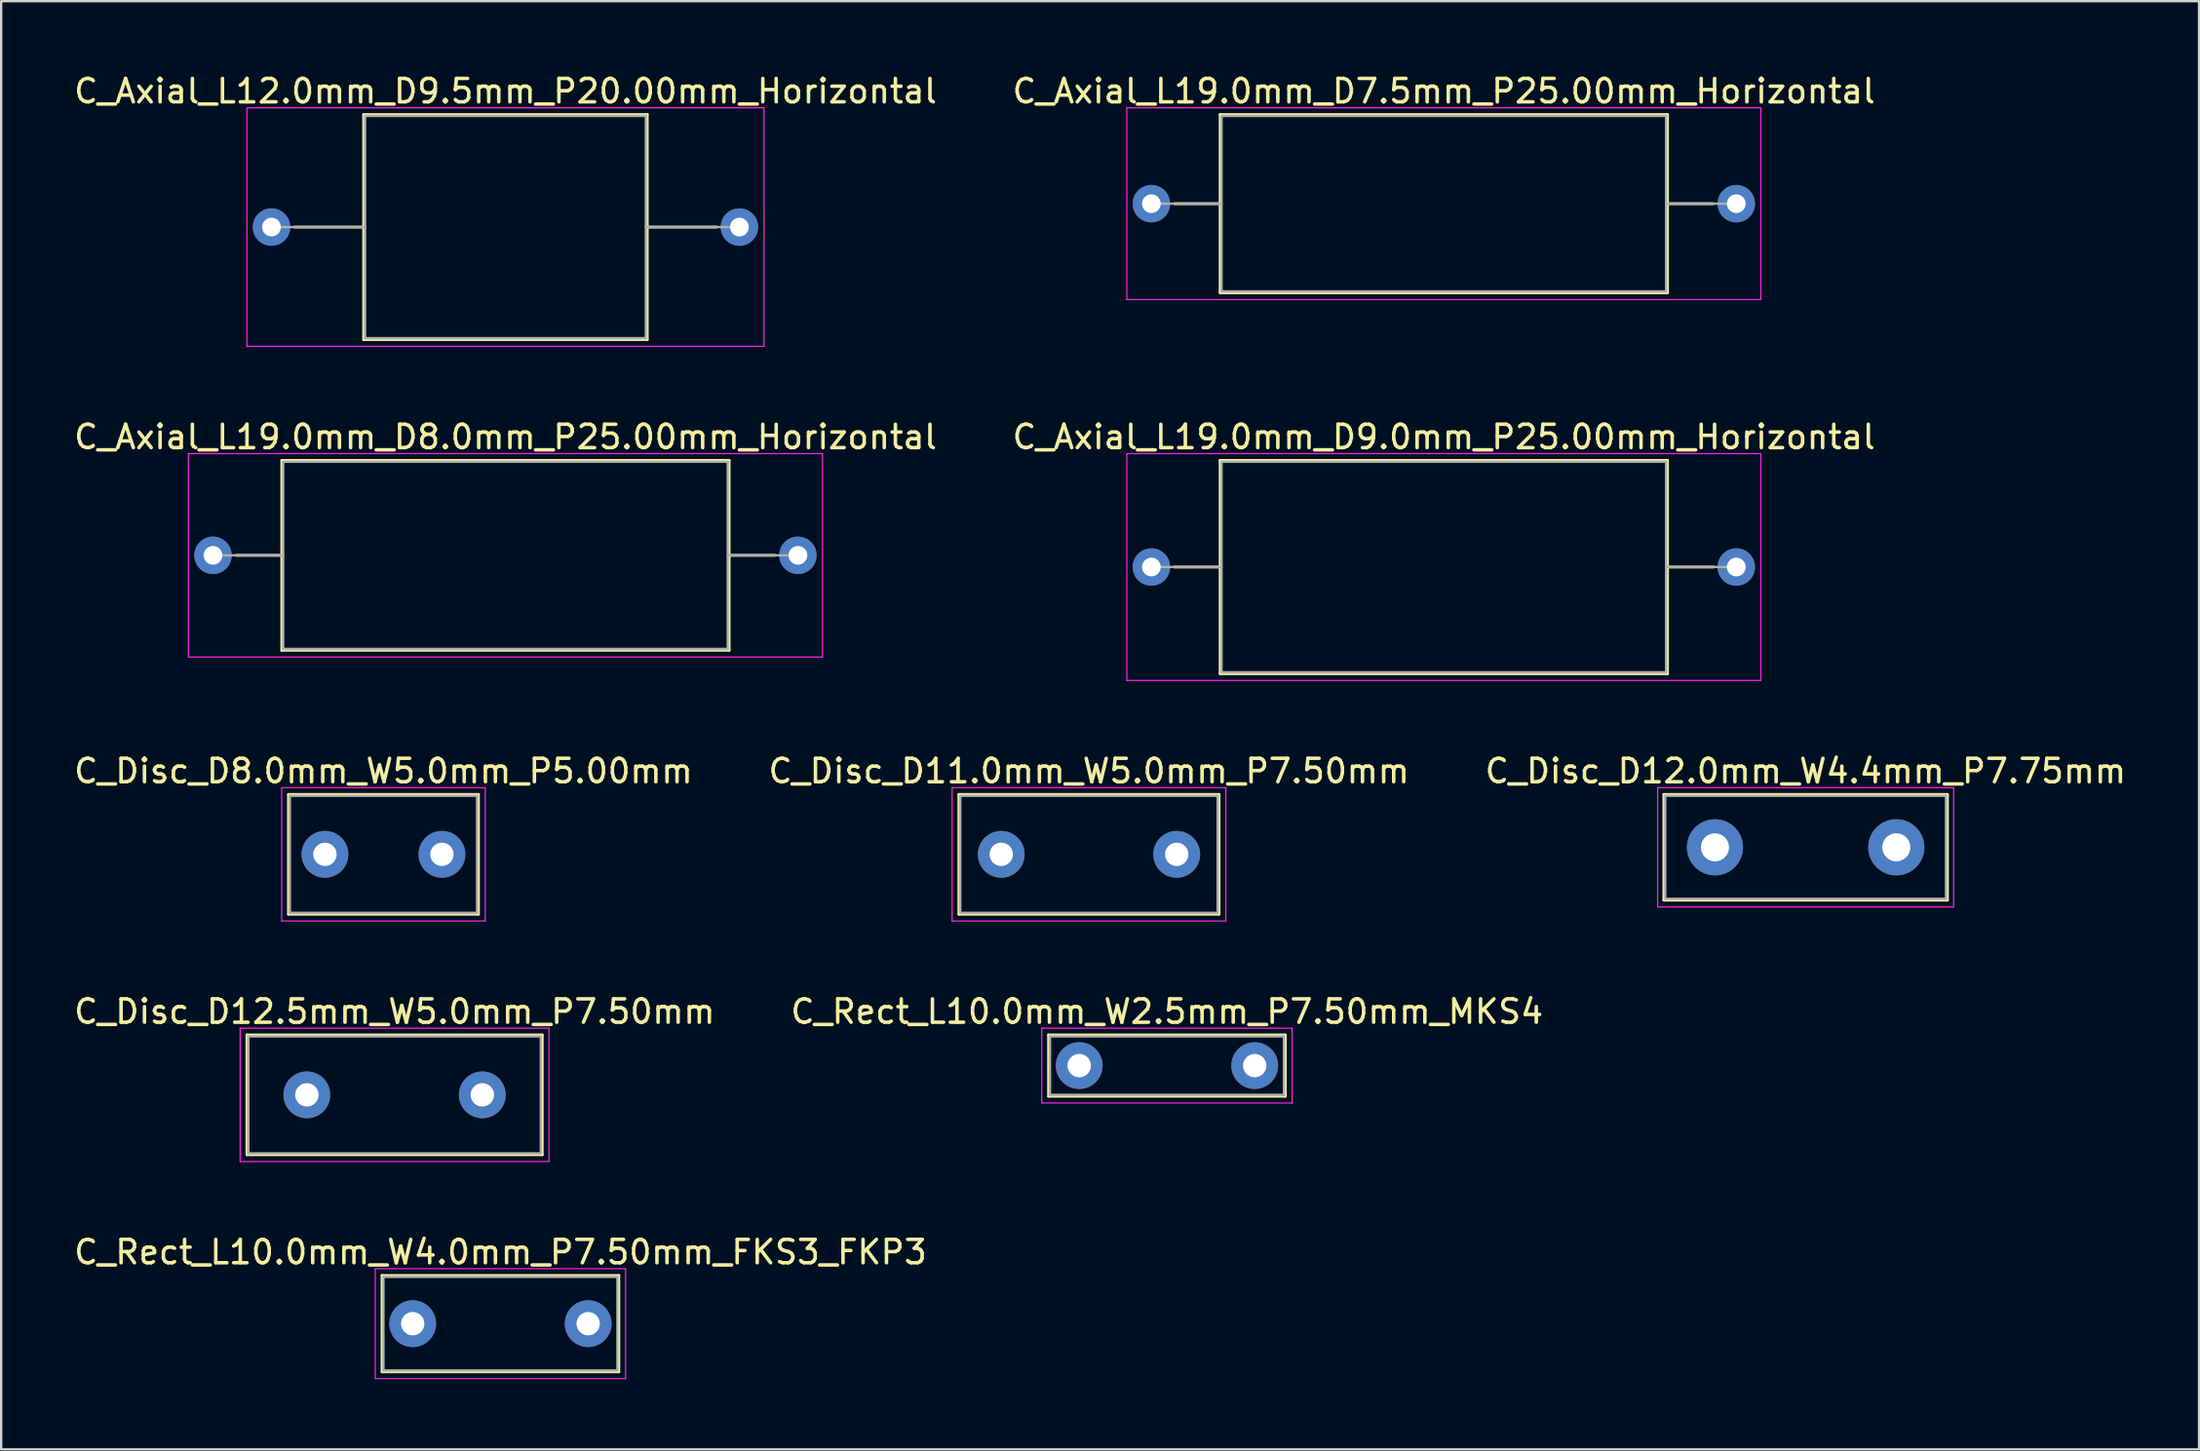
<source format=kicad_pcb>
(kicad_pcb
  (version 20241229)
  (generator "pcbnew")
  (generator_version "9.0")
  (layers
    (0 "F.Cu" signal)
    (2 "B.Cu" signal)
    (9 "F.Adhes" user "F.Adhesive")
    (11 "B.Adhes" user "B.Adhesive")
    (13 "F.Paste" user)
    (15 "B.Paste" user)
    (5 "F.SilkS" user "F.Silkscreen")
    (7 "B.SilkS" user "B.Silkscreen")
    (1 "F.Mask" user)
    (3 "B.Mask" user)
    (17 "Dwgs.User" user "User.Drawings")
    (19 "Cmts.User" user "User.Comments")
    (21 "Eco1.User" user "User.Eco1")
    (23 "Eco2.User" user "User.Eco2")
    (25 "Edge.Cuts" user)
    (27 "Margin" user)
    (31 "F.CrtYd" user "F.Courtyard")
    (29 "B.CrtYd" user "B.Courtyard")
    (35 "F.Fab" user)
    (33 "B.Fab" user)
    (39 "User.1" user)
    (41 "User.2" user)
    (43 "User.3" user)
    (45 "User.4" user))
  (footprint "C_Axial_L12.0mm_D9.5mm_P20.00mm_Horizontal"
    (layer "F.Cu")
    (at 8.554 6.658)
    (property "Reference" "C_Axial_L12.0mm_D9.5mm_P20.00mm_Horizontal" (at 10 -5.81 0) (layer "F.SilkS") (effects (font (size 1 1) (thickness 0.15))))
    (attr through_hole)
    (fp_line (start 0.98 0) (end 3.94 0) (stroke (width 0.12) (type solid)) (layer "F.SilkS"))
    (fp_line (start 3.94 -4.81) (end 3.94 4.81) (stroke (width 0.12) (type solid)) (layer "F.SilkS"))
    (fp_line (start 3.94 4.81) (end 16.06 4.81) (stroke (width 0.12) (type solid)) (layer "F.SilkS"))
    (fp_line (start 16.06 -4.81) (end 3.94 -4.81) (stroke (width 0.12) (type solid)) (layer "F.SilkS"))
    (fp_line (start 16.06 4.81) (end 16.06 -4.81) (stroke (width 0.12) (type solid)) (layer "F.SilkS"))
    (fp_line (start 19.02 0) (end 16.06 0) (stroke (width 0.12) (type solid)) (layer "F.SilkS"))
    (fp_line (start -1.05 -5.1) (end -1.05 5.1) (stroke (width 0.05) (type solid)) (layer "F.CrtYd"))
    (fp_line (start -1.05 5.1) (end 21.05 5.1) (stroke (width 0.05) (type solid)) (layer "F.CrtYd"))
    (fp_line (start 21.05 -5.1) (end -1.05 -5.1) (stroke (width 0.05) (type solid)) (layer "F.CrtYd"))
    (fp_line (start 21.05 5.1) (end 21.05 -5.1) (stroke (width 0.05) (type solid)) (layer "F.CrtYd"))
    (fp_line (start 0 0) (end 4 0) (stroke (width 0.1) (type solid)) (layer "F.Fab"))
    (fp_line (start 4 -4.75) (end 4 4.75) (stroke (width 0.1) (type solid)) (layer "F.Fab"))
    (fp_line (start 4 4.75) (end 16 4.75) (stroke (width 0.1) (type solid)) (layer "F.Fab"))
    (fp_line (start 16 -4.75) (end 4 -4.75) (stroke (width 0.1) (type solid)) (layer "F.Fab"))
    (fp_line (start 16 4.75) (end 16 -4.75) (stroke (width 0.1) (type solid)) (layer "F.Fab"))
    (fp_line (start 20 0) (end 16 0) (stroke (width 0.1) (type solid)) (layer "F.Fab"))
    (pad "1" thru_hole circle (at 0 0) (size 1.6 1.6) (drill 0.8) (layers "*.Cu" "*.Mask"))
    (pad "2" thru_hole oval (at 20 0) (size 1.6 1.6) (drill 0.8) (layers "*.Cu" "*.Mask")))
  (footprint "C_Rect_L10.0mm_W4.0mm_P7.50mm_FKS3_FKP3"
    (layer "F.Cu")
    (at 14.589 53.541)
    (property "Reference" "C_Rect_L10.0mm_W4.0mm_P7.50mm_FKS3_FKP3" (at 3.75 -3.06 0) (layer "F.SilkS") (effects (font (size 1 1) (thickness 0.15))))
    (attr through_hole)
    (fp_line (start -1.31 -2.06) (end -1.31 2.06) (stroke (width 0.12) (type solid)) (layer "F.SilkS"))
    (fp_line (start -1.31 -2.06) (end 8.81 -2.06) (stroke (width 0.12) (type solid)) (layer "F.SilkS"))
    (fp_line (start -1.31 2.06) (end 8.81 2.06) (stroke (width 0.12) (type solid)) (layer "F.SilkS"))
    (fp_line (start 8.81 -2.06) (end 8.81 2.06) (stroke (width 0.12) (type solid)) (layer "F.SilkS"))
    (fp_line (start -1.6 -2.35) (end -1.6 2.35) (stroke (width 0.05) (type solid)) (layer "F.CrtYd"))
    (fp_line (start -1.6 2.35) (end 9.1 2.35) (stroke (width 0.05) (type solid)) (layer "F.CrtYd"))
    (fp_line (start 9.1 -2.35) (end -1.6 -2.35) (stroke (width 0.05) (type solid)) (layer "F.CrtYd"))
    (fp_line (start 9.1 2.35) (end 9.1 -2.35) (stroke (width 0.05) (type solid)) (layer "F.CrtYd"))
    (fp_line (start -1.25 -2) (end -1.25 2) (stroke (width 0.1) (type solid)) (layer "F.Fab"))
    (fp_line (start -1.25 2) (end 8.75 2) (stroke (width 0.1) (type solid)) (layer "F.Fab"))
    (fp_line (start 8.75 -2) (end -1.25 -2) (stroke (width 0.1) (type solid)) (layer "F.Fab"))
    (fp_line (start 8.75 2) (end 8.75 -2) (stroke (width 0.1) (type solid)) (layer "F.Fab"))
    (pad "1" thru_hole circle (at 0 0) (size 2 2) (drill 1) (layers "*.Cu" "*.Mask"))
    (pad "2" thru_hole circle (at 7.5 0) (size 2 2) (drill 1) (layers "*.Cu" "*.Mask")))
  (footprint "C_Disc_D12.5mm_W5.0mm_P7.50mm"
    (layer "F.Cu")
    (at 10.065 43.758)
    (property "Reference" "C_Disc_D12.5mm_W5.0mm_P7.50mm" (at 3.75 -3.56 0) (layer "F.SilkS") (effects (font (size 1 1) (thickness 0.15))))
    (attr through_hole)
    (fp_line (start -2.56 -2.56) (end -2.56 2.56) (stroke (width 0.12) (type solid)) (layer "F.SilkS"))
    (fp_line (start -2.56 -2.56) (end 10.06 -2.56) (stroke (width 0.12) (type solid)) (layer "F.SilkS"))
    (fp_line (start -2.56 2.56) (end 10.06 2.56) (stroke (width 0.12) (type solid)) (layer "F.SilkS"))
    (fp_line (start 10.06 -2.56) (end 10.06 2.56) (stroke (width 0.12) (type solid)) (layer "F.SilkS"))
    (fp_line (start -2.85 -2.85) (end -2.85 2.85) (stroke (width 0.05) (type solid)) (layer "F.CrtYd"))
    (fp_line (start -2.85 2.85) (end 10.35 2.85) (stroke (width 0.05) (type solid)) (layer "F.CrtYd"))
    (fp_line (start 10.35 -2.85) (end -2.85 -2.85) (stroke (width 0.05) (type solid)) (layer "F.CrtYd"))
    (fp_line (start 10.35 2.85) (end 10.35 -2.85) (stroke (width 0.05) (type solid)) (layer "F.CrtYd"))
    (fp_line (start -2.5 -2.5) (end -2.5 2.5) (stroke (width 0.1) (type solid)) (layer "F.Fab"))
    (fp_line (start -2.5 2.5) (end 10 2.5) (stroke (width 0.1) (type solid)) (layer "F.Fab"))
    (fp_line (start 10 -2.5) (end -2.5 -2.5) (stroke (width 0.1) (type solid)) (layer "F.Fab"))
    (fp_line (start 10 2.5) (end 10 -2.5) (stroke (width 0.1) (type solid)) (layer "F.Fab"))
    (pad "1" thru_hole circle (at 0 0) (size 2 2) (drill 1) (layers "*.Cu" "*.Mask"))
    (pad "2" thru_hole circle (at 7.5 0) (size 2 2) (drill 1) (layers "*.Cu" "*.Mask")))
  (footprint "C_Axial_L19.0mm_D7.5mm_P25.00mm_Horizontal"
    (layer "F.Cu")
    (at 46.161 5.658)
    (property "Reference" "C_Axial_L19.0mm_D7.5mm_P25.00mm_Horizontal" (at 12.5 -4.81 0) (layer "F.SilkS") (effects (font (size 1 1) (thickness 0.15))))
    (attr through_hole)
    (fp_line (start 0.98 0) (end 2.94 0) (stroke (width 0.12) (type solid)) (layer "F.SilkS"))
    (fp_line (start 2.94 -3.81) (end 2.94 3.81) (stroke (width 0.12) (type solid)) (layer "F.SilkS"))
    (fp_line (start 2.94 3.81) (end 22.06 3.81) (stroke (width 0.12) (type solid)) (layer "F.SilkS"))
    (fp_line (start 22.06 -3.81) (end 2.94 -3.81) (stroke (width 0.12) (type solid)) (layer "F.SilkS"))
    (fp_line (start 22.06 3.81) (end 22.06 -3.81) (stroke (width 0.12) (type solid)) (layer "F.SilkS"))
    (fp_line (start 24.02 0) (end 22.06 0) (stroke (width 0.12) (type solid)) (layer "F.SilkS"))
    (fp_line (start -1.05 -4.1) (end -1.05 4.1) (stroke (width 0.05) (type solid)) (layer "F.CrtYd"))
    (fp_line (start -1.05 4.1) (end 26.05 4.1) (stroke (width 0.05) (type solid)) (layer "F.CrtYd"))
    (fp_line (start 26.05 -4.1) (end -1.05 -4.1) (stroke (width 0.05) (type solid)) (layer "F.CrtYd"))
    (fp_line (start 26.05 4.1) (end 26.05 -4.1) (stroke (width 0.05) (type solid)) (layer "F.CrtYd"))
    (fp_line (start 0 0) (end 3 0) (stroke (width 0.1) (type solid)) (layer "F.Fab"))
    (fp_line (start 3 -3.75) (end 3 3.75) (stroke (width 0.1) (type solid)) (layer "F.Fab"))
    (fp_line (start 3 3.75) (end 22 3.75) (stroke (width 0.1) (type solid)) (layer "F.Fab"))
    (fp_line (start 22 -3.75) (end 3 -3.75) (stroke (width 0.1) (type solid)) (layer "F.Fab"))
    (fp_line (start 22 3.75) (end 22 -3.75) (stroke (width 0.1) (type solid)) (layer "F.Fab"))
    (fp_line (start 25 0) (end 22 0) (stroke (width 0.1) (type solid)) (layer "F.Fab"))
    (pad "1" thru_hole circle (at 0 0) (size 1.6 1.6) (drill 0.8) (layers "*.Cu" "*.Mask"))
    (pad "2" thru_hole oval (at 25 0) (size 1.6 1.6) (drill 0.8) (layers "*.Cu" "*.Mask")))
  (footprint "C_Disc_D11.0mm_W5.0mm_P7.50mm"
    (layer "F.Cu")
    (at 39.744 33.475)
    (property "Reference" "C_Disc_D11.0mm_W5.0mm_P7.50mm" (at 3.75 -3.56 0) (layer "F.SilkS") (effects (font (size 1 1) (thickness 0.15))))
    (attr through_hole)
    (fp_line (start -1.81 -2.56) (end -1.81 2.56) (stroke (width 0.12) (type solid)) (layer "F.SilkS"))
    (fp_line (start -1.81 -2.56) (end 9.31 -2.56) (stroke (width 0.12) (type solid)) (layer "F.SilkS"))
    (fp_line (start -1.81 2.56) (end 9.31 2.56) (stroke (width 0.12) (type solid)) (layer "F.SilkS"))
    (fp_line (start 9.31 -2.56) (end 9.31 2.56) (stroke (width 0.12) (type solid)) (layer "F.SilkS"))
    (fp_line (start -2.1 -2.85) (end -2.1 2.85) (stroke (width 0.05) (type solid)) (layer "F.CrtYd"))
    (fp_line (start -2.1 2.85) (end 9.6 2.85) (stroke (width 0.05) (type solid)) (layer "F.CrtYd"))
    (fp_line (start 9.6 -2.85) (end -2.1 -2.85) (stroke (width 0.05) (type solid)) (layer "F.CrtYd"))
    (fp_line (start 9.6 2.85) (end 9.6 -2.85) (stroke (width 0.05) (type solid)) (layer "F.CrtYd"))
    (fp_line (start -1.75 -2.5) (end -1.75 2.5) (stroke (width 0.1) (type solid)) (layer "F.Fab"))
    (fp_line (start -1.75 2.5) (end 9.25 2.5) (stroke (width 0.1) (type solid)) (layer "F.Fab"))
    (fp_line (start 9.25 -2.5) (end -1.75 -2.5) (stroke (width 0.1) (type solid)) (layer "F.Fab"))
    (fp_line (start 9.25 2.5) (end 9.25 -2.5) (stroke (width 0.1) (type solid)) (layer "F.Fab"))
    (pad "1" thru_hole circle (at 0 0) (size 2 2) (drill 1) (layers "*.Cu" "*.Mask"))
    (pad "2" thru_hole circle (at 7.5 0) (size 2 2) (drill 1) (layers "*.Cu" "*.Mask")))
  (footprint "C_Axial_L19.0mm_D9.0mm_P25.00mm_Horizontal"
    (layer "F.Cu")
    (at 46.161 21.192)
    (property "Reference" "C_Axial_L19.0mm_D9.0mm_P25.00mm_Horizontal" (at 12.5 -5.56 0) (layer "F.SilkS") (effects (font (size 1 1) (thickness 0.15))))
    (attr through_hole)
    (fp_line (start 0.98 0) (end 2.94 0) (stroke (width 0.12) (type solid)) (layer "F.SilkS"))
    (fp_line (start 2.94 -4.56) (end 2.94 4.56) (stroke (width 0.12) (type solid)) (layer "F.SilkS"))
    (fp_line (start 2.94 4.56) (end 22.06 4.56) (stroke (width 0.12) (type solid)) (layer "F.SilkS"))
    (fp_line (start 22.06 -4.56) (end 2.94 -4.56) (stroke (width 0.12) (type solid)) (layer "F.SilkS"))
    (fp_line (start 22.06 4.56) (end 22.06 -4.56) (stroke (width 0.12) (type solid)) (layer "F.SilkS"))
    (fp_line (start 24.02 0) (end 22.06 0) (stroke (width 0.12) (type solid)) (layer "F.SilkS"))
    (fp_line (start -1.05 -4.85) (end -1.05 4.85) (stroke (width 0.05) (type solid)) (layer "F.CrtYd"))
    (fp_line (start -1.05 4.85) (end 26.05 4.85) (stroke (width 0.05) (type solid)) (layer "F.CrtYd"))
    (fp_line (start 26.05 -4.85) (end -1.05 -4.85) (stroke (width 0.05) (type solid)) (layer "F.CrtYd"))
    (fp_line (start 26.05 4.85) (end 26.05 -4.85) (stroke (width 0.05) (type solid)) (layer "F.CrtYd"))
    (fp_line (start 0 0) (end 3 0) (stroke (width 0.1) (type solid)) (layer "F.Fab"))
    (fp_line (start 3 -4.5) (end 3 4.5) (stroke (width 0.1) (type solid)) (layer "F.Fab"))
    (fp_line (start 3 4.5) (end 22 4.5) (stroke (width 0.1) (type solid)) (layer "F.Fab"))
    (fp_line (start 22 -4.5) (end 3 -4.5) (stroke (width 0.1) (type solid)) (layer "F.Fab"))
    (fp_line (start 22 4.5) (end 22 -4.5) (stroke (width 0.1) (type solid)) (layer "F.Fab"))
    (fp_line (start 25 0) (end 22 0) (stroke (width 0.1) (type solid)) (layer "F.Fab"))
    (pad "1" thru_hole circle (at 0 0) (size 1.6 1.6) (drill 0.8) (layers "*.Cu" "*.Mask"))
    (pad "2" thru_hole oval (at 25 0) (size 1.6 1.6) (drill 0.8) (layers "*.Cu" "*.Mask")))
  (footprint "C_Rect_L10.0mm_W2.5mm_P7.50mm_MKS4"
    (layer "F.Cu")
    (at 43.077 42.508)
    (property "Reference" "C_Rect_L10.0mm_W2.5mm_P7.50mm_MKS4" (at 3.75 -2.31 0) (layer "F.SilkS") (effects (font (size 1 1) (thickness 0.15))))
    (attr through_hole)
    (fp_line (start -1.31 -1.31) (end -1.31 1.31) (stroke (width 0.12) (type solid)) (layer "F.SilkS"))
    (fp_line (start -1.31 -1.31) (end 8.81 -1.31) (stroke (width 0.12) (type solid)) (layer "F.SilkS"))
    (fp_line (start -1.31 1.31) (end 8.81 1.31) (stroke (width 0.12) (type solid)) (layer "F.SilkS"))
    (fp_line (start 8.81 -1.31) (end 8.81 1.31) (stroke (width 0.12) (type solid)) (layer "F.SilkS"))
    (fp_line (start -1.6 -1.6) (end -1.6 1.6) (stroke (width 0.05) (type solid)) (layer "F.CrtYd"))
    (fp_line (start -1.6 1.6) (end 9.1 1.6) (stroke (width 0.05) (type solid)) (layer "F.CrtYd"))
    (fp_line (start 9.1 -1.6) (end -1.6 -1.6) (stroke (width 0.05) (type solid)) (layer "F.CrtYd"))
    (fp_line (start 9.1 1.6) (end 9.1 -1.6) (stroke (width 0.05) (type solid)) (layer "F.CrtYd"))
    (fp_line (start -1.25 -1.25) (end -1.25 1.25) (stroke (width 0.1) (type solid)) (layer "F.Fab"))
    (fp_line (start -1.25 1.25) (end 8.75 1.25) (stroke (width 0.1) (type solid)) (layer "F.Fab"))
    (fp_line (start 8.75 -1.25) (end -1.25 -1.25) (stroke (width 0.1) (type solid)) (layer "F.Fab"))
    (fp_line (start 8.75 1.25) (end 8.75 -1.25) (stroke (width 0.1) (type solid)) (layer "F.Fab"))
    (pad "1" thru_hole circle (at 0 0) (size 2 2) (drill 1) (layers "*.Cu" "*.Mask"))
    (pad "2" thru_hole circle (at 7.5 0) (size 2 2) (drill 1) (layers "*.Cu" "*.Mask")))
  (footprint "C_Disc_D8.0mm_W5.0mm_P5.00mm"
    (layer "F.Cu")
    (at 10.839 33.475)
    (property "Reference" "C_Disc_D8.0mm_W5.0mm_P5.00mm" (at 2.5 -3.56 0) (layer "F.SilkS") (effects (font (size 1 1) (thickness 0.15))))
    (attr through_hole)
    (fp_line (start -1.56 -2.56) (end -1.56 2.56) (stroke (width 0.12) (type solid)) (layer "F.SilkS"))
    (fp_line (start -1.56 -2.56) (end 6.56 -2.56) (stroke (width 0.12) (type solid)) (layer "F.SilkS"))
    (fp_line (start -1.56 2.56) (end 6.56 2.56) (stroke (width 0.12) (type solid)) (layer "F.SilkS"))
    (fp_line (start 6.56 -2.56) (end 6.56 2.56) (stroke (width 0.12) (type solid)) (layer "F.SilkS"))
    (fp_line (start -1.85 -2.85) (end -1.85 2.85) (stroke (width 0.05) (type solid)) (layer "F.CrtYd"))
    (fp_line (start -1.85 2.85) (end 6.85 2.85) (stroke (width 0.05) (type solid)) (layer "F.CrtYd"))
    (fp_line (start 6.85 -2.85) (end -1.85 -2.85) (stroke (width 0.05) (type solid)) (layer "F.CrtYd"))
    (fp_line (start 6.85 2.85) (end 6.85 -2.85) (stroke (width 0.05) (type solid)) (layer "F.CrtYd"))
    (fp_line (start -1.5 -2.5) (end -1.5 2.5) (stroke (width 0.1) (type solid)) (layer "F.Fab"))
    (fp_line (start -1.5 2.5) (end 6.5 2.5) (stroke (width 0.1) (type solid)) (layer "F.Fab"))
    (fp_line (start 6.5 -2.5) (end -1.5 -2.5) (stroke (width 0.1) (type solid)) (layer "F.Fab"))
    (fp_line (start 6.5 2.5) (end 6.5 -2.5) (stroke (width 0.1) (type solid)) (layer "F.Fab"))
    (pad "1" thru_hole circle (at 0 0) (size 2 2) (drill 1) (layers "*.Cu" "*.Mask"))
    (pad "2" thru_hole circle (at 5 0) (size 2 2) (drill 1) (layers "*.Cu" "*.Mask")))
  (footprint "C_Axial_L19.0mm_D8.0mm_P25.00mm_Horizontal"
    (layer "F.Cu")
    (at 6.054 20.692)
    (property "Reference" "C_Axial_L19.0mm_D8.0mm_P25.00mm_Horizontal" (at 12.5 -5.06 0) (layer "F.SilkS") (effects (font (size 1 1) (thickness 0.15))))
    (attr through_hole)
    (fp_line (start 0.98 0) (end 2.94 0) (stroke (width 0.12) (type solid)) (layer "F.SilkS"))
    (fp_line (start 2.94 -4.06) (end 2.94 4.06) (stroke (width 0.12) (type solid)) (layer "F.SilkS"))
    (fp_line (start 2.94 4.06) (end 22.06 4.06) (stroke (width 0.12) (type solid)) (layer "F.SilkS"))
    (fp_line (start 22.06 -4.06) (end 2.94 -4.06) (stroke (width 0.12) (type solid)) (layer "F.SilkS"))
    (fp_line (start 22.06 4.06) (end 22.06 -4.06) (stroke (width 0.12) (type solid)) (layer "F.SilkS"))
    (fp_line (start 24.02 0) (end 22.06 0) (stroke (width 0.12) (type solid)) (layer "F.SilkS"))
    (fp_line (start -1.05 -4.35) (end -1.05 4.35) (stroke (width 0.05) (type solid)) (layer "F.CrtYd"))
    (fp_line (start -1.05 4.35) (end 26.05 4.35) (stroke (width 0.05) (type solid)) (layer "F.CrtYd"))
    (fp_line (start 26.05 -4.35) (end -1.05 -4.35) (stroke (width 0.05) (type solid)) (layer "F.CrtYd"))
    (fp_line (start 26.05 4.35) (end 26.05 -4.35) (stroke (width 0.05) (type solid)) (layer "F.CrtYd"))
    (fp_line (start 0 0) (end 3 0) (stroke (width 0.1) (type solid)) (layer "F.Fab"))
    (fp_line (start 3 -4) (end 3 4) (stroke (width 0.1) (type solid)) (layer "F.Fab"))
    (fp_line (start 3 4) (end 22 4) (stroke (width 0.1) (type solid)) (layer "F.Fab"))
    (fp_line (start 22 -4) (end 3 -4) (stroke (width 0.1) (type solid)) (layer "F.Fab"))
    (fp_line (start 22 4) (end 22 -4) (stroke (width 0.1) (type solid)) (layer "F.Fab"))
    (fp_line (start 25 0) (end 22 0) (stroke (width 0.1) (type solid)) (layer "F.Fab"))
    (pad "1" thru_hole circle (at 0 0) (size 1.6 1.6) (drill 0.8) (layers "*.Cu" "*.Mask"))
    (pad "2" thru_hole oval (at 25 0) (size 1.6 1.6) (drill 0.8) (layers "*.Cu" "*.Mask")))
  (footprint "C_Disc_D12.0mm_W4.4mm_P7.75mm"
    (layer "F.Cu")
    (at 70.25 33.175)
    (property "Reference" "C_Disc_D12.0mm_W4.4mm_P7.75mm" (at 3.875 -3.26 0) (layer "F.SilkS") (effects (font (size 1 1) (thickness 0.15))))
    (attr through_hole)
    (fp_line (start -2.185 -2.26) (end -2.185 2.26) (stroke (width 0.12) (type solid)) (layer "F.SilkS"))
    (fp_line (start -2.185 -2.26) (end 9.935 -2.26) (stroke (width 0.12) (type solid)) (layer "F.SilkS"))
    (fp_line (start -2.185 2.26) (end 9.935 2.26) (stroke (width 0.12) (type solid)) (layer "F.SilkS"))
    (fp_line (start 9.935 -2.26) (end 9.935 2.26) (stroke (width 0.12) (type solid)) (layer "F.SilkS"))
    (fp_line (start -2.45 -2.55) (end -2.45 2.55) (stroke (width 0.05) (type solid)) (layer "F.CrtYd"))
    (fp_line (start -2.45 2.55) (end 10.2 2.55) (stroke (width 0.05) (type solid)) (layer "F.CrtYd"))
    (fp_line (start 10.2 -2.55) (end -2.45 -2.55) (stroke (width 0.05) (type solid)) (layer "F.CrtYd"))
    (fp_line (start 10.2 2.55) (end 10.2 -2.55) (stroke (width 0.05) (type solid)) (layer "F.CrtYd"))
    (fp_line (start -2.125 -2.2) (end -2.125 2.2) (stroke (width 0.1) (type solid)) (layer "F.Fab"))
    (fp_line (start -2.125 2.2) (end 9.875 2.2) (stroke (width 0.1) (type solid)) (layer "F.Fab"))
    (fp_line (start 9.875 -2.2) (end -2.125 -2.2) (stroke (width 0.1) (type solid)) (layer "F.Fab"))
    (fp_line (start 9.875 2.2) (end 9.875 -2.2) (stroke (width 0.1) (type solid)) (layer "F.Fab"))
    (pad "1" thru_hole circle (at 0 0) (size 2.4 2.4) (drill 1.2) (layers "*.Cu" "*.Mask"))
    (pad "2" thru_hole circle (at 7.75 0) (size 2.4 2.4) (drill 1.2) (layers "*.Cu" "*.Mask")))
  (gr_rect
    (start -3 -3)
    (end 90.94 58.916)
    (stroke (width 0.1) (type default))
    (fill no)
    (layer "Edge.Cuts")))
</source>
